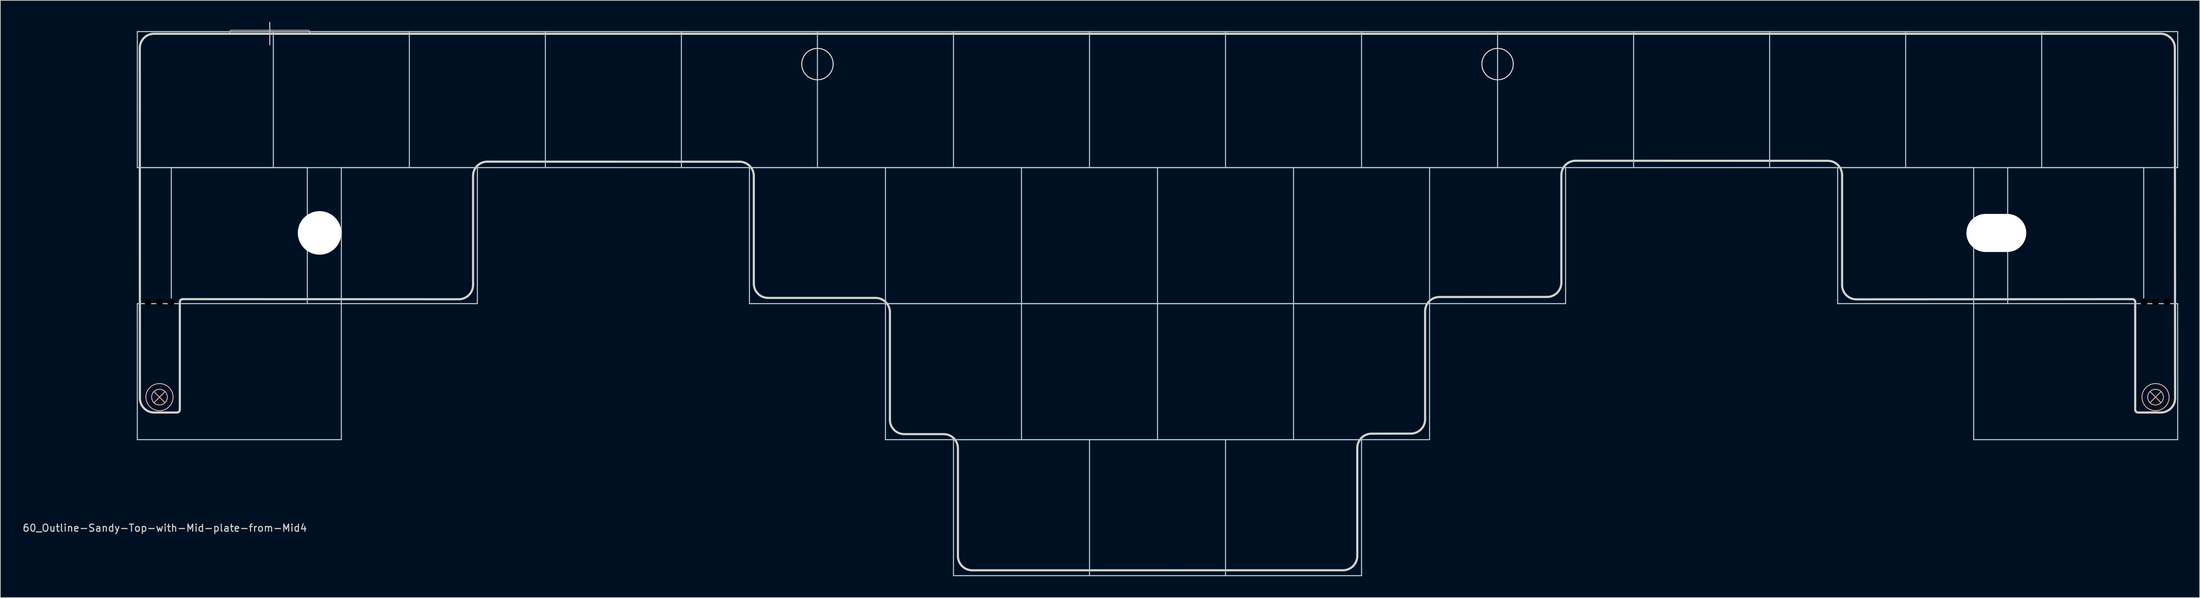
<source format=kicad_pcb>
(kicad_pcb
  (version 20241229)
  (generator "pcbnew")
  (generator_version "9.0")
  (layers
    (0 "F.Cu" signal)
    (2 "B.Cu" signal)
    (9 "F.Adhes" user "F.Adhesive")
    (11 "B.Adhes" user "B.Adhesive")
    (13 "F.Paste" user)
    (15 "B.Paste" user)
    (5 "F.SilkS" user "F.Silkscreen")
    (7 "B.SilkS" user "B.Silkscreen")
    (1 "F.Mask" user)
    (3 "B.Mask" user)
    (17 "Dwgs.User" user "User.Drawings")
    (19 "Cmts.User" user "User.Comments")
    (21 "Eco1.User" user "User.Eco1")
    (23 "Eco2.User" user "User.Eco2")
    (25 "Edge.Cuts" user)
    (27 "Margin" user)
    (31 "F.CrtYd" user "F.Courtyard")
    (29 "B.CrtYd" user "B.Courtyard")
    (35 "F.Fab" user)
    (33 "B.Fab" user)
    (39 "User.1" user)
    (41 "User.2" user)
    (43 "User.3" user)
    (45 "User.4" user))
  (footprint "60_Outline-Sandy-Top-with-Mid-plate-from-Mid4"
    (layer "F.Cu")
    (at 159.055 39.475)
    (property "Reference" "60_Outline-Sandy-Top-with-Mid-plate-from-Mid4" (at -139.025 31.425 0) (layer "Edge.Cuts") (effects (font (size 1 1) (thickness 0.15))))
    (attr through_hole)
    (fp_rect (start -141.43 1.072) (end -138.113 10.372) (stroke (width 1) (type solid)) (fill yes) (layer "F.Mask"))
    (fp_rect (start 141.43 1.072) (end 138.113 10.372) (stroke (width 1) (type solid)) (fill yes) (layer "F.Mask"))
    (fp_rect (start -141.43 1.072) (end -138.113 10.372) (stroke (width 1) (type solid)) (fill yes) (layer "B.Mask"))
    (fp_rect (start 141.43 1.072) (end 138.113 10.372) (stroke (width 1) (type solid)) (fill yes) (layer "B.Mask"))
    (fp_line (start -140.549 12.319) (end -138.993 13.875) (stroke (width 0.12) (type solid)) (layer "B.SilkS"))
    (fp_line (start -140.549 13.875) (end -138.993 12.319) (stroke (width 0.12) (type solid)) (layer "B.SilkS"))
    (fp_line (start 138.993 12.319) (end 140.549 13.875) (stroke (width 0.12) (type solid)) (layer "B.SilkS"))
    (fp_line (start 138.993 13.875) (end 140.549 12.319) (stroke (width 0.12) (type solid)) (layer "B.SilkS"))
    (fp_circle (center -139.771 13.097) (end -138.671 13.097) (stroke (width 0.12) (type solid)) (fill no) (layer "B.SilkS"))
    (fp_circle (center -139.771 13.097) (end -137.871 13.097) (stroke (width 0.12) (type solid)) (fill no) (layer "B.SilkS"))
    (fp_circle (center 139.771 13.097) (end 140.871 13.097) (stroke (width 0.12) (type solid)) (fill no) (layer "B.SilkS"))
    (fp_circle (center 139.771 13.097) (end 141.671 13.097) (stroke (width 0.12) (type solid)) (fill no) (layer "B.SilkS"))
    (fp_line (start -142.875 -38.1) (end -123.825 -38.1) (stroke (width 0.15) (type solid)) (layer "Dwgs.User"))
    (fp_line (start -142.875 -19.05) (end -142.875 -38.1) (stroke (width 0.15) (type solid)) (layer "Dwgs.User"))
    (fp_line (start -142.875 0) (end -114.3 0) (stroke (width 0.15) (type solid)) (layer "Dwgs.User"))
    (fp_line (start -142.875 19.05) (end -142.875 0) (stroke (width 0.15) (type solid)) (layer "Dwgs.User"))
    (fp_line (start -142.875 19.05) (end -114.3 19.05) (stroke (width 0.15) (type solid)) (layer "Dwgs.User"))
    (fp_line (start -138.113 -19.05) (end -119.062 -19.05) (stroke (width 0.15) (type solid)) (layer "Dwgs.User"))
    (fp_line (start -138.113 0) (end -138.113 -19.05) (stroke (width 0.15) (type solid)) (layer "Dwgs.User"))
    (fp_line (start -129.825 -38.3) (end -118.825 -38.3) (stroke (width 0.1) (type solid)) (layer "Dwgs.User"))
    (fp_line (start -124.325 -39.4) (end -124.325 -36.25) (stroke (width 0.15) (type solid)) (layer "Dwgs.User"))
    (fp_line (start -123.825 -38.1) (end -123.825 -19.05) (stroke (width 0.15) (type solid)) (layer "Dwgs.User"))
    (fp_line (start -123.825 -38.1) (end -104.775 -38.1) (stroke (width 0.15) (type solid)) (layer "Dwgs.User"))
    (fp_line (start -123.825 -19.05) (end -142.875 -19.05) (stroke (width 0.15) (type solid)) (layer "Dwgs.User"))
    (fp_line (start -123.825 -19.05) (end -142.875 -19.05) (stroke (width 0.15) (type solid)) (layer "Dwgs.User"))
    (fp_line (start -119.062 -19.05) (end -119.062 0) (stroke (width 0.15) (type solid)) (layer "Dwgs.User"))
    (fp_line (start -114.3 -19.05) (end -95.25 -19.05) (stroke (width 0.15) (type solid)) (layer "Dwgs.User"))
    (fp_line (start -114.3 0) (end -114.3 -19.05) (stroke (width 0.15) (type solid)) (layer "Dwgs.User"))
    (fp_line (start -114.3 0) (end -114.3 19.05) (stroke (width 0.15) (type solid)) (layer "Dwgs.User"))
    (fp_line (start -104.775 -38.1) (end -85.725 -38.1) (stroke (width 0.15) (type solid)) (layer "Dwgs.User"))
    (fp_line (start -104.775 -19.05) (end -123.825 -19.05) (stroke (width 0.15) (type solid)) (layer "Dwgs.User"))
    (fp_line (start -104.775 -19.05) (end -104.775 -38.1) (stroke (width 0.15) (type solid)) (layer "Dwgs.User"))
    (fp_line (start -95.25 -19.05) (end -95.25 0) (stroke (width 0.15) (type solid)) (layer "Dwgs.User"))
    (fp_line (start -95.25 0) (end -114.3 0) (stroke (width 0.15) (type solid)) (layer "Dwgs.User"))
    (fp_line (start -85.725 -38.1) (end -85.725 -19.05) (stroke (width 0.15) (type solid)) (layer "Dwgs.User"))
    (fp_line (start -85.725 -38.1) (end -66.675 -38.1) (stroke (width 0.15) (type solid)) (layer "Dwgs.User"))
    (fp_line (start -85.725 -19.05) (end -104.775 -19.05) (stroke (width 0.15) (type solid)) (layer "Dwgs.User"))
    (fp_line (start -66.675 -38.1) (end -66.675 -19.05) (stroke (width 0.15) (type solid)) (layer "Dwgs.User"))
    (fp_line (start -66.675 -38.1) (end -47.625 -38.1) (stroke (width 0.15) (type solid)) (layer "Dwgs.User"))
    (fp_line (start -66.675 -19.05) (end -85.725 -19.05) (stroke (width 0.15) (type solid)) (layer "Dwgs.User"))
    (fp_line (start -57.15 -19.05) (end -38.1 -19.05) (stroke (width 0.15) (type solid)) (layer "Dwgs.User"))
    (fp_line (start -57.15 0) (end -57.15 -19.05) (stroke (width 0.15) (type solid)) (layer "Dwgs.User"))
    (fp_line (start -47.625 -38.1) (end -28.575 -38.1) (stroke (width 0.15) (type solid)) (layer "Dwgs.User"))
    (fp_line (start -47.625 -19.05) (end -66.675 -19.05) (stroke (width 0.15) (type solid)) (layer "Dwgs.User"))
    (fp_line (start -47.625 -19.05) (end -47.625 -38.1) (stroke (width 0.15) (type solid)) (layer "Dwgs.User"))
    (fp_line (start -38.1 -19.05) (end -19.05 -19.05) (stroke (width 0.15) (type solid)) (layer "Dwgs.User"))
    (fp_line (start -38.1 0) (end -57.15 0) (stroke (width 0.15) (type solid)) (layer "Dwgs.User"))
    (fp_line (start -38.1 0) (end -38.1 -19.05) (stroke (width 0.15) (type solid)) (layer "Dwgs.User"))
    (fp_line (start -38.1 0) (end -19.05 0) (stroke (width 0.15) (type solid)) (layer "Dwgs.User"))
    (fp_line (start -38.1 19.05) (end -38.1 0) (stroke (width 0.15) (type solid)) (layer "Dwgs.User"))
    (fp_line (start -28.575 -38.1) (end -9.525 -38.1) (stroke (width 0.15) (type solid)) (layer "Dwgs.User"))
    (fp_line (start -28.575 -19.05) (end -47.625 -19.05) (stroke (width 0.15) (type solid)) (layer "Dwgs.User"))
    (fp_line (start -28.575 -19.05) (end -28.575 -38.1) (stroke (width 0.15) (type solid)) (layer "Dwgs.User"))
    (fp_line (start -28.575 19.05) (end -9.525 19.05) (stroke (width 0.15) (type solid)) (layer "Dwgs.User"))
    (fp_line (start -28.575 38.1) (end -28.575 19.05) (stroke (width 0.15) (type solid)) (layer "Dwgs.User"))
    (fp_line (start -19.05 -19.05) (end -19.05 0) (stroke (width 0.15) (type solid)) (layer "Dwgs.User"))
    (fp_line (start -19.05 -19.05) (end 0 -19.05) (stroke (width 0.15) (type solid)) (layer "Dwgs.User"))
    (fp_line (start -19.05 0) (end -38.1 0) (stroke (width 0.15) (type solid)) (layer "Dwgs.User"))
    (fp_line (start -19.05 0) (end 0 0) (stroke (width 0.15) (type solid)) (layer "Dwgs.User"))
    (fp_line (start -19.05 19.05) (end -38.1 19.05) (stroke (width 0.15) (type solid)) (layer "Dwgs.User"))
    (fp_line (start -19.05 19.05) (end -19.05 0) (stroke (width 0.15) (type solid)) (layer "Dwgs.User"))
    (fp_line (start -9.525 -38.1) (end 9.525 -38.1) (stroke (width 0.15) (type solid)) (layer "Dwgs.User"))
    (fp_line (start -9.525 -19.05) (end -28.575 -19.05) (stroke (width 0.15) (type solid)) (layer "Dwgs.User"))
    (fp_line (start -9.525 -19.05) (end -9.525 -38.1) (stroke (width 0.15) (type solid)) (layer "Dwgs.User"))
    (fp_line (start -9.525 19.05) (end 9.525 19.05) (stroke (width 0.15) (type solid)) (layer "Dwgs.User"))
    (fp_line (start -9.525 38.1) (end -28.575 38.1) (stroke (width 0.15) (type solid)) (layer "Dwgs.User"))
    (fp_line (start -9.525 38.1) (end -9.525 19.05) (stroke (width 0.15) (type solid)) (layer "Dwgs.User"))
    (fp_line (start 0 -19.05) (end 0 0) (stroke (width 0.15) (type solid)) (layer "Dwgs.User"))
    (fp_line (start 0 -19.05) (end 19.05 -19.05) (stroke (width 0.15) (type solid)) (layer "Dwgs.User"))
    (fp_line (start 0 0) (end -19.05 0) (stroke (width 0.15) (type solid)) (layer "Dwgs.User"))
    (fp_line (start 0 0) (end 19.05 0) (stroke (width 0.15) (type solid)) (layer "Dwgs.User"))
    (fp_line (start 0 19.05) (end -19.05 19.05) (stroke (width 0.15) (type solid)) (layer "Dwgs.User"))
    (fp_line (start 0 19.05) (end 0 0) (stroke (width 0.15) (type solid)) (layer "Dwgs.User"))
    (fp_line (start 9.525 -38.1) (end 28.575 -38.1) (stroke (width 0.15) (type solid)) (layer "Dwgs.User"))
    (fp_line (start 9.525 -19.05) (end -9.525 -19.05) (stroke (width 0.15) (type solid)) (layer "Dwgs.User"))
    (fp_line (start 9.525 -19.05) (end 9.525 -38.1) (stroke (width 0.15) (type solid)) (layer "Dwgs.User"))
    (fp_line (start 9.525 19.05) (end 28.575 19.05) (stroke (width 0.15) (type solid)) (layer "Dwgs.User"))
    (fp_line (start 9.525 38.1) (end -9.525 38.1) (stroke (width 0.15) (type solid)) (layer "Dwgs.User"))
    (fp_line (start 9.525 38.1) (end 9.525 19.05) (stroke (width 0.15) (type solid)) (layer "Dwgs.User"))
    (fp_line (start 19.05 -19.05) (end 38.1 -19.05) (stroke (width 0.15) (type solid)) (layer "Dwgs.User"))
    (fp_line (start 19.05 0) (end 0 0) (stroke (width 0.15) (type solid)) (layer "Dwgs.User"))
    (fp_line (start 19.05 0) (end 19.05 -19.05) (stroke (width 0.15) (type solid)) (layer "Dwgs.User"))
    (fp_line (start 19.05 0) (end 38.1 0) (stroke (width 0.15) (type solid)) (layer "Dwgs.User"))
    (fp_line (start 19.05 19.05) (end 0 19.05) (stroke (width 0.15) (type solid)) (layer "Dwgs.User"))
    (fp_line (start 19.05 19.05) (end 19.05 0) (stroke (width 0.15) (type solid)) (layer "Dwgs.User"))
    (fp_line (start 28.575 -38.1) (end 47.625 -38.1) (stroke (width 0.15) (type solid)) (layer "Dwgs.User"))
    (fp_line (start 28.575 -19.05) (end 9.525 -19.05) (stroke (width 0.15) (type solid)) (layer "Dwgs.User"))
    (fp_line (start 28.575 -19.05) (end 28.575 -38.1) (stroke (width 0.15) (type solid)) (layer "Dwgs.User"))
    (fp_line (start 28.575 19.05) (end 28.575 38.1) (stroke (width 0.15) (type solid)) (layer "Dwgs.User"))
    (fp_line (start 28.575 38.1) (end 9.525 38.1) (stroke (width 0.15) (type solid)) (layer "Dwgs.User"))
    (fp_line (start 38.1 -19.05) (end 38.1 0) (stroke (width 0.15) (type solid)) (layer "Dwgs.User"))
    (fp_line (start 38.1 -19.05) (end 57.15 -19.05) (stroke (width 0.15) (type solid)) (layer "Dwgs.User"))
    (fp_line (start 38.1 0) (end 19.05 0) (stroke (width 0.15) (type solid)) (layer "Dwgs.User"))
    (fp_line (start 38.1 0) (end 38.1 19.05) (stroke (width 0.15) (type solid)) (layer "Dwgs.User"))
    (fp_line (start 38.1 19.05) (end 19.05 19.05) (stroke (width 0.15) (type solid)) (layer "Dwgs.User"))
    (fp_line (start 47.625 -38.1) (end 66.675 -38.1) (stroke (width 0.15) (type solid)) (layer "Dwgs.User"))
    (fp_line (start 47.625 -19.05) (end 28.575 -19.05) (stroke (width 0.15) (type solid)) (layer "Dwgs.User"))
    (fp_line (start 47.625 -19.05) (end 47.625 -38.1) (stroke (width 0.15) (type solid)) (layer "Dwgs.User"))
    (fp_line (start 57.15 -19.05) (end 57.15 0) (stroke (width 0.15) (type solid)) (layer "Dwgs.User"))
    (fp_line (start 57.15 0) (end 38.1 0) (stroke (width 0.15) (type solid)) (layer "Dwgs.User"))
    (fp_line (start 66.675 -38.1) (end 85.725 -38.1) (stroke (width 0.15) (type solid)) (layer "Dwgs.User"))
    (fp_line (start 66.675 -19.05) (end 47.625 -19.05) (stroke (width 0.15) (type solid)) (layer "Dwgs.User"))
    (fp_line (start 66.675 -19.05) (end 66.675 -38.1) (stroke (width 0.15) (type solid)) (layer "Dwgs.User"))
    (fp_line (start 85.725 -38.1) (end 85.725 -19.05) (stroke (width 0.15) (type solid)) (layer "Dwgs.User"))
    (fp_line (start 85.725 -38.1) (end 104.775 -38.1) (stroke (width 0.15) (type solid)) (layer "Dwgs.User"))
    (fp_line (start 85.725 -19.05) (end 66.675 -19.05) (stroke (width 0.15) (type solid)) (layer "Dwgs.User"))
    (fp_line (start 95.25 -19.05) (end 114.3 -19.05) (stroke (width 0.15) (type solid)) (layer "Dwgs.User"))
    (fp_line (start 95.25 0) (end 95.25 -19.05) (stroke (width 0.15) (type solid)) (layer "Dwgs.User"))
    (fp_line (start 104.775 -38.1) (end 104.775 -19.05) (stroke (width 0.15) (type solid)) (layer "Dwgs.User"))
    (fp_line (start 104.775 -38.1) (end 123.825 -38.1) (stroke (width 0.15) (type solid)) (layer "Dwgs.User"))
    (fp_line (start 104.775 -19.05) (end 85.725 -19.05) (stroke (width 0.15) (type solid)) (layer "Dwgs.User"))
    (fp_line (start 114.3 -19.05) (end 114.3 0) (stroke (width 0.15) (type solid)) (layer "Dwgs.User"))
    (fp_line (start 114.3 0) (end 95.25 0) (stroke (width 0.15) (type solid)) (layer "Dwgs.User"))
    (fp_line (start 114.3 0) (end 142.875 0) (stroke (width 0.15) (type solid)) (layer "Dwgs.User"))
    (fp_line (start 114.3 19.05) (end 114.3 0) (stroke (width 0.15) (type solid)) (layer "Dwgs.User"))
    (fp_line (start 114.3 19.05) (end 142.875 19.05) (stroke (width 0.15) (type solid)) (layer "Dwgs.User"))
    (fp_line (start 116.075 -11.8) (end 118.975 -11.8) (stroke (width 0.12) (type solid)) (layer "Dwgs.User"))
    (fp_line (start 116.075 -8) (end 118.975 -8) (stroke (width 0.12) (type solid)) (layer "Dwgs.User"))
    (fp_line (start 116.123 -11.099) (end 118.923 -11.099) (stroke (width 0.12) (type solid)) (layer "Dwgs.User"))
    (fp_line (start 118.923 -8.699) (end 116.123 -8.699) (stroke (width 0.12) (type solid)) (layer "Dwgs.User"))
    (fp_line (start 119.062 -19.05) (end 138.113 -19.05) (stroke (width 0.15) (type solid)) (layer "Dwgs.User"))
    (fp_line (start 119.062 0) (end 119.062 -19.05) (stroke (width 0.15) (type solid)) (layer "Dwgs.User"))
    (fp_line (start 123.825 -38.1) (end 123.825 -19.05) (stroke (width 0.15) (type solid)) (layer "Dwgs.User"))
    (fp_line (start 123.825 -38.1) (end 142.875 -38.1) (stroke (width 0.15) (type solid)) (layer "Dwgs.User"))
    (fp_line (start 123.825 -19.05) (end 104.775 -19.05) (stroke (width 0.15) (type solid)) (layer "Dwgs.User"))
    (fp_line (start 138.113 -19.05) (end 138.113 0) (stroke (width 0.15) (type solid)) (layer "Dwgs.User"))
    (fp_line (start 142.875 -38.1) (end 142.875 -19.05) (stroke (width 0.15) (type solid)) (layer "Dwgs.User"))
    (fp_line (start 142.875 -19.05) (end 123.825 -19.05) (stroke (width 0.15) (type solid)) (layer "Dwgs.User"))
    (fp_line (start 142.875 0) (end 142.875 19.05) (stroke (width 0.15) (type solid)) (layer "Dwgs.User"))
    (fp_arc (start -129.825 -38.30004) (mid -129.971447 -37.946487) (end -130.325 -37.80004) (stroke (width 0.1) (type solid)) (layer "Dwgs.User"))
    (fp_arc (start -118.325 -37.80004) (mid -118.678553 -37.946487) (end -118.825 -38.30004) (stroke (width 0.1) (type solid)) (layer "Dwgs.User"))
    (fp_arc (start 114.175 -9.90004) (mid 114.731494 -11.243549) (end 116.075 -11.80004) (stroke (width 0.12) (type solid)) (layer "Dwgs.User"))
    (fp_arc (start 114.923491 -9.898554) (mid 115.274993 -10.747053) (end 116.123491 -11.098554) (stroke (width 0.12) (type solid)) (layer "Dwgs.User"))
    (fp_arc (start 116.075 -8.00004) (mid 114.731464 -8.556507) (end 114.175 -9.90004) (stroke (width 0.12) (type solid)) (layer "Dwgs.User"))
    (fp_arc (start 116.123491 -8.698554) (mid 115.274999 -9.050059) (end 114.923491 -9.898554) (stroke (width 0.12) (type solid)) (layer "Dwgs.User"))
    (fp_arc (start 118.923491 -11.098554) (mid 119.772056 -10.747115) (end 120.123491 -9.898554) (stroke (width 0.12) (type solid)) (layer "Dwgs.User"))
    (fp_arc (start 118.975 -11.80004) (mid 120.31847 -11.243513) (end 120.875 -9.90004) (stroke (width 0.12) (type solid)) (layer "Dwgs.User"))
    (fp_arc (start 120.123491 -9.898554) (mid 119.772049 -9.049997) (end 118.923491 -8.698554) (stroke (width 0.12) (type solid)) (layer "Dwgs.User"))
    (fp_arc (start 120.875 -9.90004) (mid 120.318499 -8.556544) (end 118.975 -8.00004) (stroke (width 0.12) (type solid)) (layer "Dwgs.User"))
    (fp_circle (center -117.325 -9.9) (end -116.025 -9.9) (stroke (width 0.15) (type solid)) (fill no) (layer "Eco1.User"))
    (fp_circle (center -117.325 -9.9) (end -114.925 -9.9) (stroke (width 0.15) (type solid)) (fill no) (layer "Eco1.User"))
    (fp_line (start -142.511 13.25) (end -142.525 -35.8) (stroke (width 0.3) (type solid)) (layer "Edge.Cuts"))
    (fp_line (start -140.511 15.25) (end -137.322 15.25) (stroke (width 0.3) (type solid)) (layer "Edge.Cuts"))
    (fp_line (start -136.922 -0.228) (end -136.922 14.85) (stroke (width 0.3) (type solid)) (layer "Edge.Cuts"))
    (fp_line (start -136.522 -0.628) (end -97.855 -0.614) (stroke (width 0.3) (type solid)) (layer "Edge.Cuts"))
    (fp_line (start -95.855 -2.614) (end -95.855 -17.886) (stroke (width 0.3) (type solid)) (layer "Edge.Cuts"))
    (fp_line (start -93.855 -19.886) (end -58.535 -19.875) (stroke (width 0.3) (type solid)) (layer "Edge.Cuts"))
    (fp_line (start -56.535 -2.8) (end -56.535 -17.875) (stroke (width 0.3) (type solid)) (layer "Edge.Cuts"))
    (fp_line (start -54.535 -0.8) (end -39.475 -0.8) (stroke (width 0.3) (type solid)) (layer "Edge.Cuts"))
    (fp_line (start -37.475 16.275) (end -37.475 1.2) (stroke (width 0.3) (type solid)) (layer "Edge.Cuts"))
    (fp_line (start -35.475 18.275) (end -29.95 18.275) (stroke (width 0.3) (type solid)) (layer "Edge.Cuts"))
    (fp_line (start -27.95 35.35) (end -27.95 20.275) (stroke (width 0.3) (type solid)) (layer "Edge.Cuts"))
    (fp_line (start -25.95 37.35) (end 25.975 37.346) (stroke (width 0.3) (type solid)) (layer "Edge.Cuts"))
    (fp_line (start 27.975 35.346) (end 27.975 20.214) (stroke (width 0.3) (type solid)) (layer "Edge.Cuts"))
    (fp_line (start 29.975 18.214) (end 35.475 18.204) (stroke (width 0.3) (type solid)) (layer "Edge.Cuts"))
    (fp_line (start 37.475 16.204) (end 37.475 1.073) (stroke (width 0.3) (type solid)) (layer "Edge.Cuts"))
    (fp_line (start 39.475 -0.927) (end 54.555 -0.937) (stroke (width 0.3) (type solid)) (layer "Edge.Cuts"))
    (fp_line (start 56.555 -2.937) (end 56.555 -18.012) (stroke (width 0.3) (type solid)) (layer "Edge.Cuts"))
    (fp_line (start 58.555 -20.012) (end 93.875 -20.002) (stroke (width 0.3) (type solid)) (layer "Edge.Cuts"))
    (fp_line (start 95.875 -2.6) (end 95.875 -18.002) (stroke (width 0.3) (type solid)) (layer "Edge.Cuts"))
    (fp_line (start 136.522 -0.628) (end 97.875 -0.6) (stroke (width 0.3) (type solid)) (layer "Edge.Cuts"))
    (fp_line (start 136.922 -0.228) (end 136.922 14.85) (stroke (width 0.3) (type solid)) (layer "Edge.Cuts"))
    (fp_line (start 140.475 -37.8) (end -140.525 -37.8) (stroke (width 0.3) (type solid)) (layer "Edge.Cuts"))
    (fp_line (start 140.511 15.25) (end 137.322 15.25) (stroke (width 0.3) (type solid)) (layer "Edge.Cuts"))
    (fp_line (start 142.511 13.25) (end 142.475 -35.8) (stroke (width 0.3) (type solid)) (layer "Edge.Cuts"))
    (fp_arc (start -142.525 -35.80004) (mid -141.939214 -37.214254) (end -140.525 -37.80004) (stroke (width 0.3) (type solid)) (layer "Edge.Cuts"))
    (fp_arc (start -140.510786 15.249657) (mid -141.925 14.663871) (end -142.510786 13.249657) (stroke (width 0.3) (type solid)) (layer "Edge.Cuts"))
    (fp_arc (start -136.921875 -0.228468) (mid -136.804718 -0.511311) (end -136.521875 -0.628468) (stroke (width 0.3) (type solid)) (layer "Edge.Cuts"))
    (fp_arc (start -136.921875 14.849657) (mid -137.039032 15.1325) (end -137.321875 15.249657) (stroke (width 0.3) (type solid)) (layer "Edge.Cuts"))
    (fp_arc (start -95.855 -17.885826) (mid -95.269214 -19.30004) (end -93.855 -19.885826) (stroke (width 0.3) (type solid)) (layer "Edge.Cuts"))
    (fp_arc (start -95.855 -2.614254) (mid -96.440786 -1.20004) (end -97.855 -0.614254) (stroke (width 0.3) (type solid)) (layer "Edge.Cuts"))
    (fp_arc (start -58.535 -19.87504) (mid -57.120786 -19.289254) (end -56.535 -17.87504) (stroke (width 0.3) (type solid)) (layer "Edge.Cuts"))
    (fp_arc (start -54.535 -0.80004) (mid -55.949214 -1.385826) (end -56.535 -2.80004) (stroke (width 0.3) (type solid)) (layer "Edge.Cuts"))
    (fp_arc (start -39.475 -0.80004) (mid -38.060786 -0.214254) (end -37.475 1.19996) (stroke (width 0.3) (type solid)) (layer "Edge.Cuts"))
    (fp_arc (start -35.475 18.27496) (mid -36.889214 17.689174) (end -37.475 16.27496) (stroke (width 0.3) (type solid)) (layer "Edge.Cuts"))
    (fp_arc (start -29.95 18.27496) (mid -28.535786 18.860746) (end -27.95 20.27496) (stroke (width 0.3) (type solid)) (layer "Edge.Cuts"))
    (fp_arc (start -25.95 37.34996) (mid -27.364214 36.764174) (end -27.95 35.34996) (stroke (width 0.3) (type solid)) (layer "Edge.Cuts"))
    (fp_arc (start 27.975 20.214174) (mid 28.560767 18.79994) (end 29.975 18.214174) (stroke (width 0.3) (type solid)) (layer "Edge.Cuts"))
    (fp_arc (start 27.975 35.345746) (mid 27.389238 36.759986) (end 25.975 37.345746) (stroke (width 0.3) (type solid)) (layer "Edge.Cuts"))
    (fp_arc (start 37.475 1.072602) (mid 38.060783 -0.341616) (end 39.475 -0.927398) (stroke (width 0.3) (type solid)) (layer "Edge.Cuts"))
    (fp_arc (start 37.475 16.204174) (mid 36.889195 17.618371) (end 35.475 18.204174) (stroke (width 0.3) (type solid)) (layer "Edge.Cuts"))
    (fp_arc (start 56.555 -18.012398) (mid 57.140797 -19.426616) (end 58.555 -20.012398) (stroke (width 0.3) (type solid)) (layer "Edge.Cuts"))
    (fp_arc (start 56.555 -2.937398) (mid 55.969224 -1.523189) (end 54.555 -0.937398) (stroke (width 0.3) (type solid)) (layer "Edge.Cuts"))
    (fp_arc (start 93.875 -20.001612) (mid 95.289265 -19.415859) (end 95.875 -18.001612) (stroke (width 0.3) (type solid)) (layer "Edge.Cuts"))
    (fp_arc (start 97.875 -0.60004) (mid 96.460754 -1.185797) (end 95.875 -2.60004) (stroke (width 0.3) (type solid)) (layer "Edge.Cuts"))
    (fp_arc (start 136.521875 -0.628468) (mid 136.804683 -0.511296) (end 136.921875 -0.228468) (stroke (width 0.3) (type solid)) (layer "Edge.Cuts"))
    (fp_arc (start 137.321875 15.249657) (mid 137.038989 15.132516) (end 136.921875 14.849657) (stroke (width 0.3) (type solid)) (layer "Edge.Cuts"))
    (fp_arc (start 140.475 -37.80004) (mid 141.889181 -37.214224) (end 142.475 -35.80004) (stroke (width 0.3) (type solid)) (layer "Edge.Cuts"))
    (fp_arc (start 142.510786 13.249657) (mid 141.925 14.663871) (end 140.510786 15.249657) (stroke (width 0.3) (type solid)) (layer "Edge.Cuts"))
    (fp_circle (center -47.625 -33.55) (end -45.425 -33.55) (stroke (width 0.15) (type solid)) (fill no) (layer "Edge.Cuts"))
    (fp_circle (center 47.625 -33.55) (end 49.825 -33.55) (stroke (width 0.15) (type solid)) (fill no) (layer "Edge.Cuts"))
    (fp_text user "Screw head" (at 117.475 -8.35 0) (layer "Dwgs.User") (effects (font (size 0.4 0.4) (thickness 0.08))))
    (pad "" np_thru_hole circle (at -141.371 -0.228) (size 1 1) (drill 1) (layers "*.Mask"))
    (pad "" np_thru_hole circle (at -139.771 -0.228) (size 1 1) (drill 1) (layers "*.Mask"))
    (pad "" np_thru_hole circle (at -138.171 -0.228) (size 1 1) (drill 1) (layers "*.Mask"))
    (pad "" np_thru_hole circle (at -117.348 -9.906) (size 6.096 6.096) (drill 6.096) (layers "*.Cu" "*.Mask"))
    (pad "" np_thru_hole oval (at 117.475 -9.899) (size 8.382 5.334) (drill oval 8.382 5.334) (layers "*.Cu" "*.Mask"))
    (pad "" np_thru_hole circle (at 138.171 -0.228) (size 1 1) (drill 1) (layers "*.Mask"))
    (pad "" np_thru_hole circle (at 139.771 -0.228) (size 1 1) (drill 1) (layers "*.Mask"))
    (pad "" np_thru_hole circle (at 141.371 -0.228) (size 1 1) (drill 1) (layers "*.Mask"))
    (zone (net_name "") (layers "F.Cu" "B.Cu") (hatch edge 0.508) (connect_pads) (min_thickness 0.254) (filled_areas_thickness no) (keepout (tracks allowed) (vias allowed) (pads allowed) (copperpour not_allowed) (footprints allowed)) (placement (enabled no)) (fill) (polygon (pts (xy 22.133 54.447) (xy 21.768 54.747) (xy 18.325 54.747) (xy 17.225 54.347) (xy 16.725 53.647) (xy 16.525 52.647) (xy 16.525 39.247) (xy 22.133 39.247))))
    (zone (net_name "") (layers "F.Cu" "B.Cu") (hatch edge 0.508) (connect_pads) (min_thickness 0.254) (filled_areas_thickness no) (keepout (tracks allowed) (vias allowed) (pads allowed) (copperpour not_allowed) (footprints allowed)) (placement (enabled no)) (fill) (polygon (pts (xy 295.977 54.447) (xy 296.215 54.747) (xy 299.784 54.747) (xy 300.884 54.347) (xy 301.384 53.647) (xy 301.584 52.647) (xy 301.584 39.247) (xy 295.977 39.247)))))
  (gr_rect
    (start -3 -3)
    (end 305.005 80.65)
    (stroke (width 0.1) (type default))
    (fill no)
    (layer "Edge.Cuts")))
</source>
